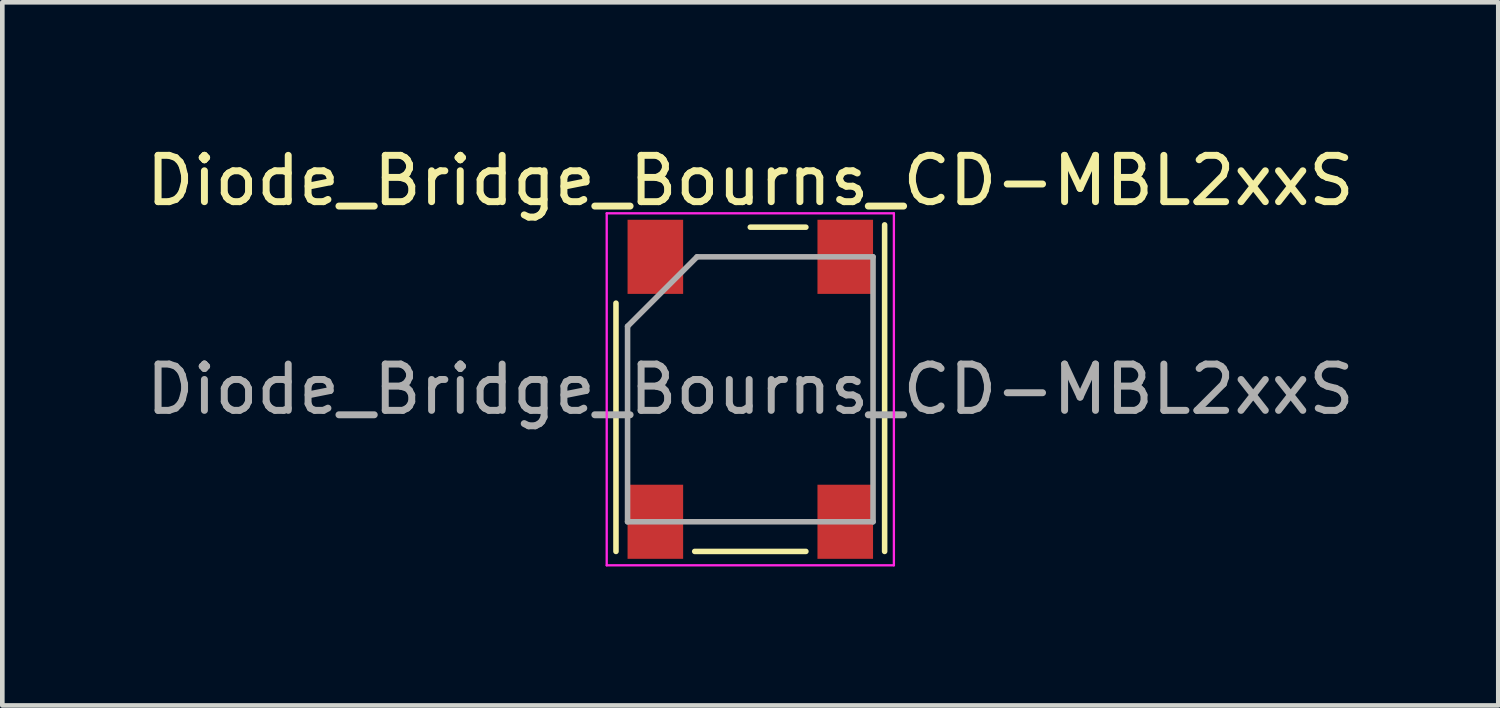
<source format=kicad_pcb>
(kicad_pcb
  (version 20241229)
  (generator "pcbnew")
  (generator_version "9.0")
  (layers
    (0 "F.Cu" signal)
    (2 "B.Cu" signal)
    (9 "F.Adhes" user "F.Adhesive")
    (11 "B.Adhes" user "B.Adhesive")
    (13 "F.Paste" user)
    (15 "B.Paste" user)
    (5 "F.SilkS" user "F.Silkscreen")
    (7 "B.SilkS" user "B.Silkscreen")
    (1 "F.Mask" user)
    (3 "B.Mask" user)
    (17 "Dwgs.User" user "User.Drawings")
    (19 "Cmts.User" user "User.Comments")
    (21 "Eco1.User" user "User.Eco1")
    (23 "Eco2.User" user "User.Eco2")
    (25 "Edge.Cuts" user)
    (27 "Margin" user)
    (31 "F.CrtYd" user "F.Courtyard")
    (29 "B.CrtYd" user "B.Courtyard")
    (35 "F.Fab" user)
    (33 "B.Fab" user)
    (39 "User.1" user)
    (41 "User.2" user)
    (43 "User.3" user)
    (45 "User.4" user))
  (footprint "Diode_Bridge_Bourns_CD-MBL2xxS"
    (layer "F.Cu")
    (at 13.149 5.355)
    (property "Reference" "Diode_Bridge_Bourns_CD-MBL2xxS" (at 0 -4.506 0) (layer "F.SilkS") (effects (font (size 1 1) (thickness 0.15))))
    (attr smd)
    (fp_line (start -2.9 -1.86) (end -2.9 3.5) (stroke (width 0.12) (type solid)) (layer "F.SilkS"))
    (fp_line (start -1.2 3.5) (end 1.2 3.5) (stroke (width 0.12) (type solid)) (layer "F.SilkS"))
    (fp_line (start 0 -3.5) (end 1.2 -3.5) (stroke (width 0.12) (type solid)) (layer "F.SilkS"))
    (fp_line (start 2.9 -3.55) (end 2.9 3.5) (stroke (width 0.12) (type solid)) (layer "F.SilkS"))
    (fp_line (start -3.1 -3.8) (end -3.1 3.8) (stroke (width 0.05) (type solid)) (layer "F.CrtYd"))
    (fp_line (start -3.1 -3.8) (end 3.1 -3.8) (stroke (width 0.05) (type solid)) (layer "F.CrtYd"))
    (fp_line (start 3.1 3.8) (end -3.1 3.8) (stroke (width 0.05) (type solid)) (layer "F.CrtYd"))
    (fp_line (start 3.1 3.8) (end 3.1 -3.8) (stroke (width 0.05) (type solid)) (layer "F.CrtYd"))
    (fp_line (start -2.65 -1.36) (end -2.65 2.86) (stroke (width 0.12) (type solid)) (layer "F.Fab"))
    (fp_line (start -2.65 -1.36) (end -1.15 -2.86) (stroke (width 0.12) (type solid)) (layer "F.Fab"))
    (fp_line (start 2.65 -2.86) (end -1.15 -2.86) (stroke (width 0.12) (type solid)) (layer "F.Fab"))
    (fp_line (start 2.65 -2.86) (end 2.65 2.86) (stroke (width 0.12) (type solid)) (layer "F.Fab"))
    (fp_line (start 2.65 2.86) (end -2.65 2.86) (stroke (width 0.12) (type solid)) (layer "F.Fab"))
    (fp_text user "${REFERENCE}" (at 0 0 0) (layer "F.Fab") (effects (font (size 1 1) (thickness 0.15))))
    (pad "1" smd rect (at 2.05 -2.86) (size 1.2 1.6) (layers "F.Cu" "F.Mask" "F.Paste"))
    (pad "2" smd rect (at 2.05 2.86) (size 1.2 1.6) (layers "F.Cu" "F.Mask" "F.Paste"))
    (pad "3" smd rect (at -2.05 2.86) (size 1.2 1.6) (layers "F.Cu" "F.Mask" "F.Paste"))
    (pad "4" smd rect (at -2.05 -2.86) (size 1.2 1.6) (layers "F.Cu" "F.Mask" "F.Paste")))
  (gr_rect
    (start -3 -3)
    (end 29.298 12.18)
    (stroke (width 0.1) (type default))
    (fill no)
    (layer "Edge.Cuts")))
</source>
